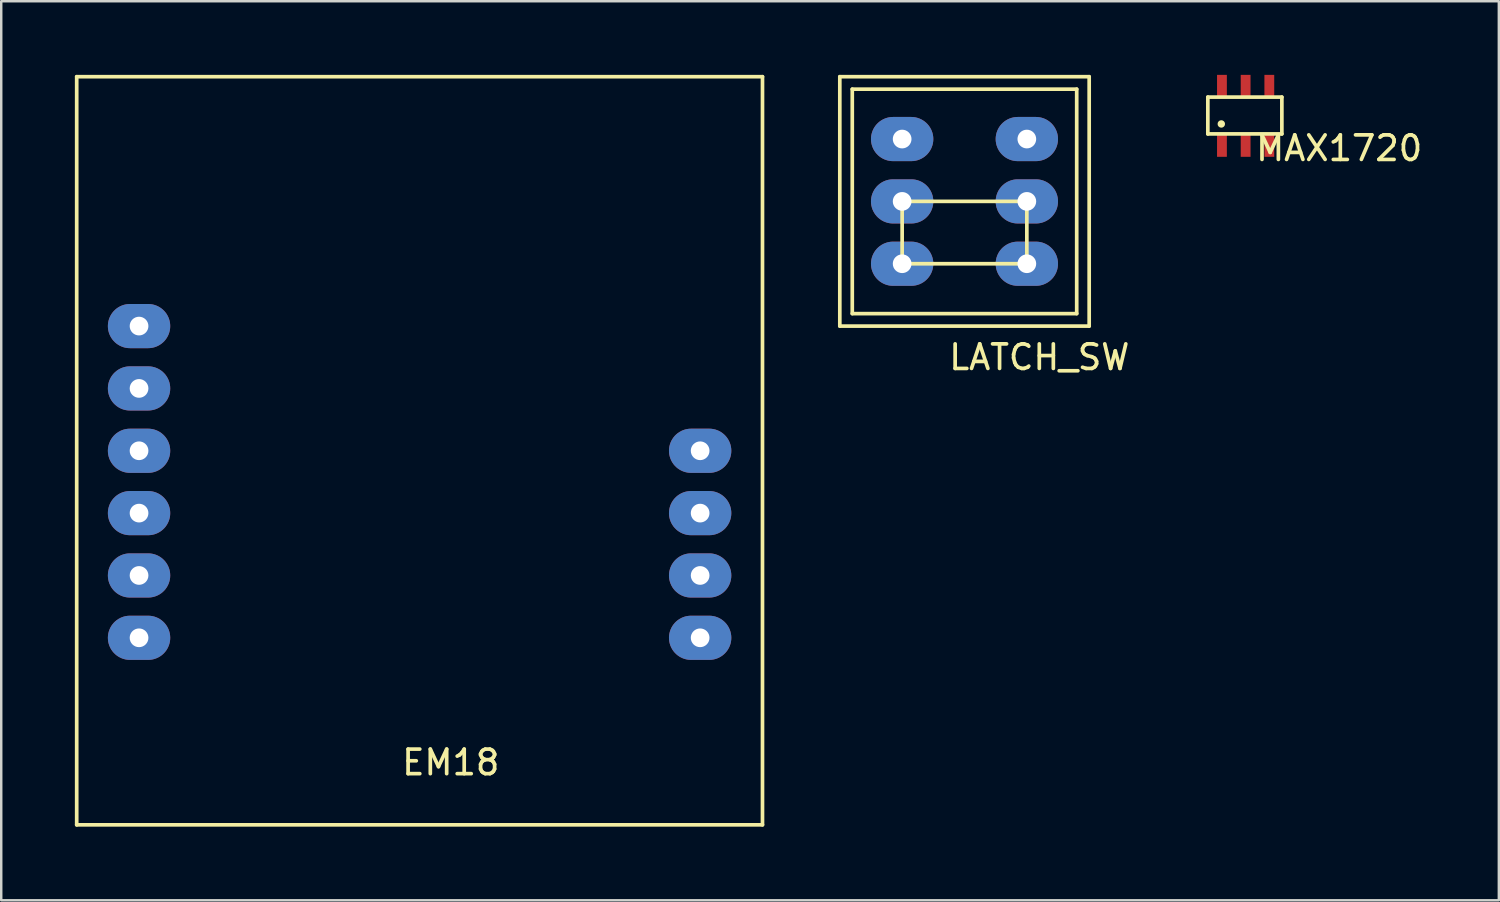
<source format=kicad_pcb>
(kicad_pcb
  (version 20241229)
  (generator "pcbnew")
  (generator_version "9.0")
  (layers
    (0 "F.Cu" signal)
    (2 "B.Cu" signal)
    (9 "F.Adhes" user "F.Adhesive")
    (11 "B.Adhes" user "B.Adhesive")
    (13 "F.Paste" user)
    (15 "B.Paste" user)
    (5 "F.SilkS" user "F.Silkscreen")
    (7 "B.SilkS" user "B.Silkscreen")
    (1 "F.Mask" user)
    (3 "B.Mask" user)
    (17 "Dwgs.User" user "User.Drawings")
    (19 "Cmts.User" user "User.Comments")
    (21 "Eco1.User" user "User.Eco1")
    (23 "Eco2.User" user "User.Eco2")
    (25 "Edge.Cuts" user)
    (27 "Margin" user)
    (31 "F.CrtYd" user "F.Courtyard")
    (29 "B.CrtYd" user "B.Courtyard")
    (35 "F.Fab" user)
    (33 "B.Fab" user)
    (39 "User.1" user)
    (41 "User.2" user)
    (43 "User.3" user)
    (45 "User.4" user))
  (footprint "MAX1720"
    (layer "F.Cu")
    (at 47.699 1.644)
    (property "Reference" "MAX1720" (at 3.81 1.346 0) (layer "F.SilkS") (effects (font (size 1 1) (thickness 0.15))))
    (attr through_hole)
    (fp_line (start -1.54 -0.738) (end -1.54 0.762) (stroke (width 0.15) (type solid)) (layer "F.SilkS"))
    (fp_line (start -1.54 -0.738) (end 1.476 -0.738) (stroke (width 0.15) (type solid)) (layer "F.SilkS"))
    (fp_line (start -1.54 0.762) (end 1.476 0.762) (stroke (width 0.15) (type solid)) (layer "F.SilkS"))
    (fp_line (start 1.476 -0.738) (end 1.476 0.762) (stroke (width 0.15) (type solid)) (layer "F.SilkS"))
    (fp_circle (center -0.991 0.356) (end -0.914 0.356) (stroke (width 0.15) (type solid)) (fill no) (layer "F.SilkS"))
    (pad "1" smd rect (at -0.965 1.245) (size 0.4 0.9) (layers "F.Cu" "F.Mask" "F.Paste"))
    (pad "2" smd rect (at 0 1.245) (size 0.4 0.9) (layers "F.Cu" "F.Mask" "F.Paste"))
    (pad "3" smd rect (at 0.965 1.245) (size 0.4 0.9) (layers "F.Cu" "F.Mask" "F.Paste"))
    (pad "4" smd rect (at 0.965 -1.194) (size 0.4 0.9) (layers "F.Cu" "F.Mask" "F.Paste"))
    (pad "5" smd rect (at 0 -1.194) (size 0.4 0.9) (layers "F.Cu" "F.Mask" "F.Paste"))
    (pad "6" smd rect (at -0.965 -1.194) (size 0.4 0.9) (layers "F.Cu" "F.Mask" "F.Paste")))
  (footprint "LATCH_SW"
    (layer "F.Cu")
    (at 36.245 5.155)
    (property "Reference" "LATCH_SW" (at 3.048 6.35 0) (layer "F.SilkS") (effects (font (size 1 1) (thickness 0.15))))
    (attr through_hole)
    (fp_line (start -5.08 -5.08) (end 5.08 -5.08) (stroke (width 0.15) (type solid)) (layer "F.SilkS"))
    (fp_line (start -5.08 5.08) (end -5.08 -5.08) (stroke (width 0.15) (type solid)) (layer "F.SilkS"))
    (fp_line (start -4.572 -4.572) (end 4.572 -4.572) (stroke (width 0.15) (type solid)) (layer "F.SilkS"))
    (fp_line (start -4.572 4.572) (end -4.572 -4.572) (stroke (width 0.15) (type solid)) (layer "F.SilkS"))
    (fp_line (start -2.54 -0.254) (end -2.54 0) (stroke (width 0.15) (type solid)) (layer "F.SilkS"))
    (fp_line (start -2.54 0) (end 2.54 0) (stroke (width 0.15) (type solid)) (layer "F.SilkS"))
    (fp_line (start -2.54 2.54) (end -2.54 -0.254) (stroke (width 0.15) (type solid)) (layer "F.SilkS"))
    (fp_line (start 2.54 0) (end 2.54 2.54) (stroke (width 0.15) (type solid)) (layer "F.SilkS"))
    (fp_line (start 2.54 2.54) (end -2.54 2.54) (stroke (width 0.15) (type solid)) (layer "F.SilkS"))
    (fp_line (start 4.572 -4.572) (end 4.572 4.572) (stroke (width 0.15) (type solid)) (layer "F.SilkS"))
    (fp_line (start 4.572 4.572) (end -4.572 4.572) (stroke (width 0.15) (type solid)) (layer "F.SilkS"))
    (fp_line (start 5.08 -5.08) (end 5.08 5.08) (stroke (width 0.15) (type solid)) (layer "F.SilkS"))
    (fp_line (start 5.08 5.08) (end -5.08 5.08) (stroke (width 0.15) (type solid)) (layer "F.SilkS"))
    (pad "1" thru_hole oval (at -2.54 -2.54) (size 2.54 1.8) (drill 0.762) (layers "*.Cu" "*.Mask"))
    (pad "2" thru_hole oval (at -2.54 0) (size 2.54 1.8) (drill 0.762) (layers "*.Cu" "*.Mask"))
    (pad "3" thru_hole oval (at -2.54 2.54) (size 2.54 1.8) (drill 0.762) (layers "*.Cu" "*.Mask"))
    (pad "4" thru_hole oval (at 2.54 -2.54) (size 2.54 1.8) (drill 0.762) (layers "*.Cu" "*.Mask"))
    (pad "5" thru_hole oval (at 2.54 0) (size 2.54 1.8) (drill 0.762) (layers "*.Cu" "*.Mask"))
    (pad "6" thru_hole oval (at 2.54 2.54) (size 2.54 1.8) (drill 0.762) (layers "*.Cu" "*.Mask")))
  (footprint "EM18"
    (layer "F.Cu")
    (at 15.315 15.315)
    (property "Reference" "EM18" (at 0 12.7 0) (layer "F.SilkS") (effects (font (size 1 1) (thickness 0.15))))
    (attr through_hole)
    (fp_line (start -15.24 -15.24) (end 12.7 -15.24) (stroke (width 0.15) (type solid)) (layer "F.SilkS"))
    (fp_line (start -15.24 15.24) (end -15.24 -15.24) (stroke (width 0.15) (type solid)) (layer "F.SilkS"))
    (fp_line (start 12.7 -15.24) (end 12.7 15.24) (stroke (width 0.15) (type solid)) (layer "F.SilkS"))
    (fp_line (start 12.7 15.24) (end -15.24 15.24) (stroke (width 0.15) (type solid)) (layer "F.SilkS"))
    (pad "1" thru_hole oval (at -12.7 -5.08) (size 2.54 1.8) (drill 0.762) (layers "*.Cu" "*.Mask"))
    (pad "2" thru_hole oval (at -12.7 0) (size 2.54 1.8) (drill 0.762) (layers "*.Cu" "*.Mask"))
    (pad "3" thru_hole oval (at -12.7 2.54) (size 2.54 1.8) (drill 0.762) (layers "*.Cu" "*.Mask"))
    (pad "4" thru_hole oval (at -12.7 5.08) (size 2.54 1.8) (drill 0.762) (layers "*.Cu" "*.Mask"))
    (pad "5" thru_hole oval (at -12.7 7.62) (size 2.54 1.8) (drill 0.762) (layers "*.Cu" "*.Mask"))
    (pad "6" thru_hole oval (at 10.16 7.62) (size 2.54 1.8) (drill 0.762) (layers "*.Cu" "*.Mask"))
    (pad "7" thru_hole oval (at 10.16 5.08) (size 2.54 1.8) (drill 0.762) (layers "*.Cu" "*.Mask"))
    (pad "8" thru_hole oval (at 10.16 2.54) (size 2.54 1.8) (drill 0.762) (layers "*.Cu" "*.Mask"))
    (pad "9" thru_hole oval (at 10.16 0) (size 2.54 1.8) (drill 0.762) (layers "*.Cu" "*.Mask"))
    (pad "10" thru_hole oval (at -12.7 -2.54) (size 2.54 1.8) (drill 0.762) (layers "*.Cu" "*.Mask")))
  (gr_rect
    (start -3 -3)
    (end 58.015 33.63)
    (stroke (width 0.1) (type default))
    (fill no)
    (layer "Edge.Cuts")))
</source>
